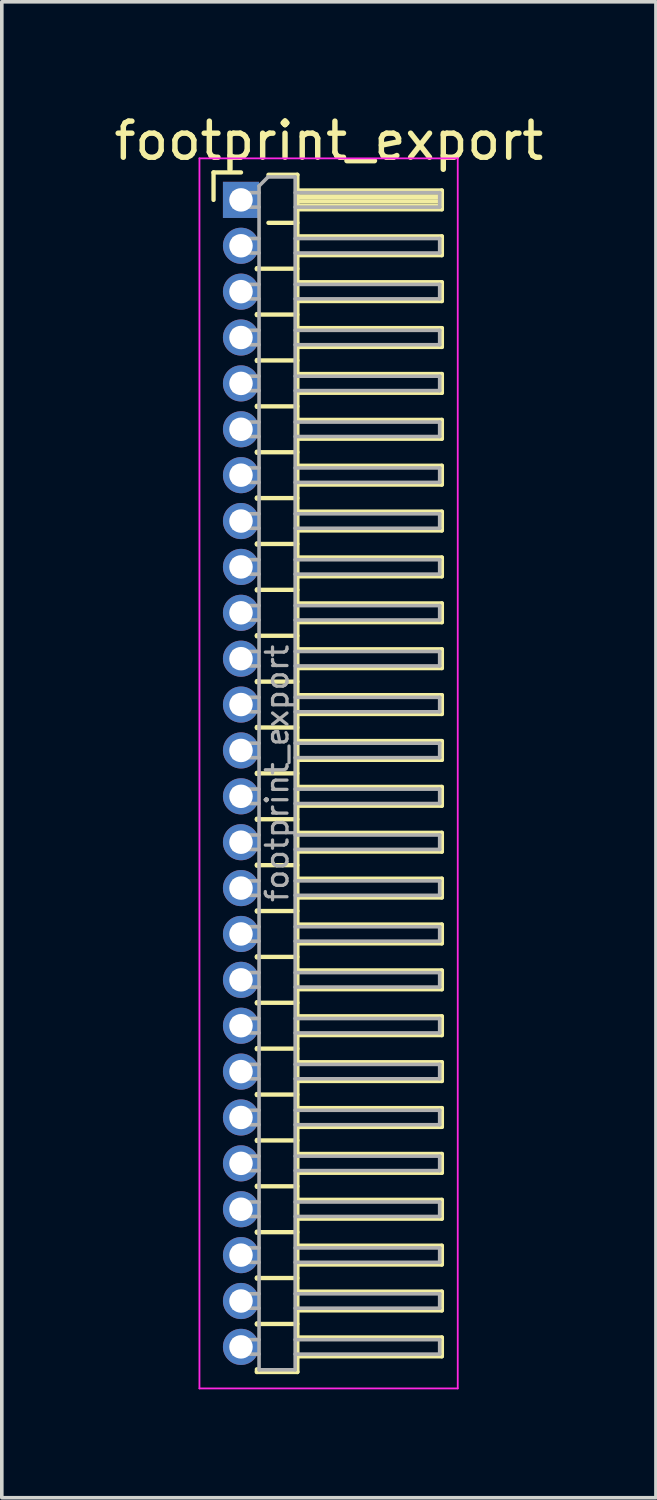
<source format=kicad_pcb>
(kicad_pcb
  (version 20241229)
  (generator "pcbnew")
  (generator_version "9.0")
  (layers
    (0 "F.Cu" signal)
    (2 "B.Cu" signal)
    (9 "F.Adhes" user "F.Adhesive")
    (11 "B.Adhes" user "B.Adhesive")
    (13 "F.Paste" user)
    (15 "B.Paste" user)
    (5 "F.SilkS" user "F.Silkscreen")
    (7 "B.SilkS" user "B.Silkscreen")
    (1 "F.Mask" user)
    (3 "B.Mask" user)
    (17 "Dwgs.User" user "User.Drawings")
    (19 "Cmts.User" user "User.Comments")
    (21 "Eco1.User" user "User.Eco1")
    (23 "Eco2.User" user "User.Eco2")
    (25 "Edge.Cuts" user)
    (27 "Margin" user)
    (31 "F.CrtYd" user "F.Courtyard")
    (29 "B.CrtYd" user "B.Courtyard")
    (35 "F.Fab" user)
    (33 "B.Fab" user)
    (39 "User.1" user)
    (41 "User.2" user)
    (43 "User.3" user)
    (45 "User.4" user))
  (footprint "footprint_export"
    (layer "F.Cu")
    (at 3.621 2.483)
    (property "Reference" "footprint_export" (at 2.433 -1.635 0) (layer "F.SilkS") (effects (font (size 1 1) (thickness 0.15))))
    (attr through_hole)
    (fp_line (start -0.76 -0.76) (end 0 -0.76) (stroke (width 0.12) (type solid)) (layer "F.SilkS"))
    (fp_line (start -0.76 0) (end -0.76 -0.76) (stroke (width 0.12) (type solid)) (layer "F.SilkS"))
    (fp_line (start 0.44 1.89) (end 0.44 1.92) (stroke (width 0.12) (type solid)) (layer "F.SilkS"))
    (fp_line (start 0.44 1.905) (end 1.56 1.905) (stroke (width 0.12) (type solid)) (layer "F.SilkS"))
    (fp_line (start 0.44 3.16) (end 0.44 3.19) (stroke (width 0.12) (type solid)) (layer "F.SilkS"))
    (fp_line (start 0.44 3.175) (end 1.56 3.175) (stroke (width 0.12) (type solid)) (layer "F.SilkS"))
    (fp_line (start 0.44 4.43) (end 0.44 4.46) (stroke (width 0.12) (type solid)) (layer "F.SilkS"))
    (fp_line (start 0.44 4.445) (end 1.56 4.445) (stroke (width 0.12) (type solid)) (layer "F.SilkS"))
    (fp_line (start 0.44 5.7) (end 0.44 5.73) (stroke (width 0.12) (type solid)) (layer "F.SilkS"))
    (fp_line (start 0.44 5.715) (end 1.56 5.715) (stroke (width 0.12) (type solid)) (layer "F.SilkS"))
    (fp_line (start 0.44 6.97) (end 0.44 7) (stroke (width 0.12) (type solid)) (layer "F.SilkS"))
    (fp_line (start 0.44 6.985) (end 1.56 6.985) (stroke (width 0.12) (type solid)) (layer "F.SilkS"))
    (fp_line (start 0.44 8.24) (end 0.44 8.27) (stroke (width 0.12) (type solid)) (layer "F.SilkS"))
    (fp_line (start 0.44 8.255) (end 1.56 8.255) (stroke (width 0.12) (type solid)) (layer "F.SilkS"))
    (fp_line (start 0.44 9.51) (end 0.44 9.54) (stroke (width 0.12) (type solid)) (layer "F.SilkS"))
    (fp_line (start 0.44 9.525) (end 1.56 9.525) (stroke (width 0.12) (type solid)) (layer "F.SilkS"))
    (fp_line (start 0.44 10.78) (end 0.44 10.81) (stroke (width 0.12) (type solid)) (layer "F.SilkS"))
    (fp_line (start 0.44 10.795) (end 1.56 10.795) (stroke (width 0.12) (type solid)) (layer "F.SilkS"))
    (fp_line (start 0.44 12.05) (end 0.44 12.08) (stroke (width 0.12) (type solid)) (layer "F.SilkS"))
    (fp_line (start 0.44 12.065) (end 1.56 12.065) (stroke (width 0.12) (type solid)) (layer "F.SilkS"))
    (fp_line (start 0.44 13.32) (end 0.44 13.35) (stroke (width 0.12) (type solid)) (layer "F.SilkS"))
    (fp_line (start 0.44 13.335) (end 1.56 13.335) (stroke (width 0.12) (type solid)) (layer "F.SilkS"))
    (fp_line (start 0.44 14.59) (end 0.44 14.62) (stroke (width 0.12) (type solid)) (layer "F.SilkS"))
    (fp_line (start 0.44 14.605) (end 1.56 14.605) (stroke (width 0.12) (type solid)) (layer "F.SilkS"))
    (fp_line (start 0.44 15.86) (end 0.44 15.89) (stroke (width 0.12) (type solid)) (layer "F.SilkS"))
    (fp_line (start 0.44 15.875) (end 1.56 15.875) (stroke (width 0.12) (type solid)) (layer "F.SilkS"))
    (fp_line (start 0.44 17.13) (end 0.44 17.16) (stroke (width 0.12) (type solid)) (layer "F.SilkS"))
    (fp_line (start 0.44 17.145) (end 1.56 17.145) (stroke (width 0.12) (type solid)) (layer "F.SilkS"))
    (fp_line (start 0.44 18.4) (end 0.44 18.43) (stroke (width 0.12) (type solid)) (layer "F.SilkS"))
    (fp_line (start 0.44 18.415) (end 1.56 18.415) (stroke (width 0.12) (type solid)) (layer "F.SilkS"))
    (fp_line (start 0.44 19.67) (end 0.44 19.7) (stroke (width 0.12) (type solid)) (layer "F.SilkS"))
    (fp_line (start 0.44 19.685) (end 1.56 19.685) (stroke (width 0.12) (type solid)) (layer "F.SilkS"))
    (fp_line (start 0.44 20.94) (end 0.44 20.97) (stroke (width 0.12) (type solid)) (layer "F.SilkS"))
    (fp_line (start 0.44 20.955) (end 1.56 20.955) (stroke (width 0.12) (type solid)) (layer "F.SilkS"))
    (fp_line (start 0.44 22.21) (end 0.44 22.24) (stroke (width 0.12) (type solid)) (layer "F.SilkS"))
    (fp_line (start 0.44 22.225) (end 1.56 22.225) (stroke (width 0.12) (type solid)) (layer "F.SilkS"))
    (fp_line (start 0.44 23.48) (end 0.44 23.51) (stroke (width 0.12) (type solid)) (layer "F.SilkS"))
    (fp_line (start 0.44 23.495) (end 1.56 23.495) (stroke (width 0.12) (type solid)) (layer "F.SilkS"))
    (fp_line (start 0.44 24.75) (end 0.44 24.78) (stroke (width 0.12) (type solid)) (layer "F.SilkS"))
    (fp_line (start 0.44 24.765) (end 1.56 24.765) (stroke (width 0.12) (type solid)) (layer "F.SilkS"))
    (fp_line (start 0.44 26.02) (end 0.44 26.05) (stroke (width 0.12) (type solid)) (layer "F.SilkS"))
    (fp_line (start 0.44 26.035) (end 1.56 26.035) (stroke (width 0.12) (type solid)) (layer "F.SilkS"))
    (fp_line (start 0.44 27.29) (end 0.44 27.32) (stroke (width 0.12) (type solid)) (layer "F.SilkS"))
    (fp_line (start 0.44 27.305) (end 1.56 27.305) (stroke (width 0.12) (type solid)) (layer "F.SilkS"))
    (fp_line (start 0.44 28.56) (end 0.44 28.59) (stroke (width 0.12) (type solid)) (layer "F.SilkS"))
    (fp_line (start 0.44 28.575) (end 1.56 28.575) (stroke (width 0.12) (type solid)) (layer "F.SilkS"))
    (fp_line (start 0.44 29.83) (end 0.44 29.86) (stroke (width 0.12) (type solid)) (layer "F.SilkS"))
    (fp_line (start 0.44 29.845) (end 1.56 29.845) (stroke (width 0.12) (type solid)) (layer "F.SilkS"))
    (fp_line (start 0.44 31.1) (end 0.44 31.13) (stroke (width 0.12) (type solid)) (layer "F.SilkS"))
    (fp_line (start 0.44 31.115) (end 1.56 31.115) (stroke (width 0.12) (type solid)) (layer "F.SilkS"))
    (fp_line (start 0.44 32.445) (end 0.44 32.37) (stroke (width 0.12) (type solid)) (layer "F.SilkS"))
    (fp_line (start 0.76 -0.695) (end 1.56 -0.695) (stroke (width 0.12) (type solid)) (layer "F.SilkS"))
    (fp_line (start 0.76 0.635) (end 1.56 0.635) (stroke (width 0.12) (type solid)) (layer "F.SilkS"))
    (fp_line (start 1.56 -0.695) (end 1.56 32.445) (stroke (width 0.12) (type solid)) (layer "F.SilkS"))
    (fp_line (start 1.56 -0.26) (end 5.56 -0.26) (stroke (width 0.12) (type solid)) (layer "F.SilkS"))
    (fp_line (start 1.56 -0.2) (end 5.56 -0.2) (stroke (width 0.12) (type solid)) (layer "F.SilkS"))
    (fp_line (start 1.56 -0.08) (end 5.56 -0.08) (stroke (width 0.12) (type solid)) (layer "F.SilkS"))
    (fp_line (start 1.56 0.04) (end 5.56 0.04) (stroke (width 0.12) (type solid)) (layer "F.SilkS"))
    (fp_line (start 1.56 0.16) (end 5.56 0.16) (stroke (width 0.12) (type solid)) (layer "F.SilkS"))
    (fp_line (start 1.56 1.01) (end 5.56 1.01) (stroke (width 0.12) (type solid)) (layer "F.SilkS"))
    (fp_line (start 1.56 2.28) (end 5.56 2.28) (stroke (width 0.12) (type solid)) (layer "F.SilkS"))
    (fp_line (start 1.56 3.55) (end 5.56 3.55) (stroke (width 0.12) (type solid)) (layer "F.SilkS"))
    (fp_line (start 1.56 4.82) (end 5.56 4.82) (stroke (width 0.12) (type solid)) (layer "F.SilkS"))
    (fp_line (start 1.56 6.09) (end 5.56 6.09) (stroke (width 0.12) (type solid)) (layer "F.SilkS"))
    (fp_line (start 1.56 7.36) (end 5.56 7.36) (stroke (width 0.12) (type solid)) (layer "F.SilkS"))
    (fp_line (start 1.56 8.63) (end 5.56 8.63) (stroke (width 0.12) (type solid)) (layer "F.SilkS"))
    (fp_line (start 1.56 9.9) (end 5.56 9.9) (stroke (width 0.12) (type solid)) (layer "F.SilkS"))
    (fp_line (start 1.56 11.17) (end 5.56 11.17) (stroke (width 0.12) (type solid)) (layer "F.SilkS"))
    (fp_line (start 1.56 12.44) (end 5.56 12.44) (stroke (width 0.12) (type solid)) (layer "F.SilkS"))
    (fp_line (start 1.56 13.71) (end 5.56 13.71) (stroke (width 0.12) (type solid)) (layer "F.SilkS"))
    (fp_line (start 1.56 14.98) (end 5.56 14.98) (stroke (width 0.12) (type solid)) (layer "F.SilkS"))
    (fp_line (start 1.56 16.25) (end 5.56 16.25) (stroke (width 0.12) (type solid)) (layer "F.SilkS"))
    (fp_line (start 1.56 17.52) (end 5.56 17.52) (stroke (width 0.12) (type solid)) (layer "F.SilkS"))
    (fp_line (start 1.56 18.79) (end 5.56 18.79) (stroke (width 0.12) (type solid)) (layer "F.SilkS"))
    (fp_line (start 1.56 20.06) (end 5.56 20.06) (stroke (width 0.12) (type solid)) (layer "F.SilkS"))
    (fp_line (start 1.56 21.33) (end 5.56 21.33) (stroke (width 0.12) (type solid)) (layer "F.SilkS"))
    (fp_line (start 1.56 22.6) (end 5.56 22.6) (stroke (width 0.12) (type solid)) (layer "F.SilkS"))
    (fp_line (start 1.56 23.87) (end 5.56 23.87) (stroke (width 0.12) (type solid)) (layer "F.SilkS"))
    (fp_line (start 1.56 25.14) (end 5.56 25.14) (stroke (width 0.12) (type solid)) (layer "F.SilkS"))
    (fp_line (start 1.56 26.41) (end 5.56 26.41) (stroke (width 0.12) (type solid)) (layer "F.SilkS"))
    (fp_line (start 1.56 27.68) (end 5.56 27.68) (stroke (width 0.12) (type solid)) (layer "F.SilkS"))
    (fp_line (start 1.56 28.95) (end 5.56 28.95) (stroke (width 0.12) (type solid)) (layer "F.SilkS"))
    (fp_line (start 1.56 30.22) (end 5.56 30.22) (stroke (width 0.12) (type solid)) (layer "F.SilkS"))
    (fp_line (start 1.56 31.49) (end 5.56 31.49) (stroke (width 0.12) (type solid)) (layer "F.SilkS"))
    (fp_line (start 1.56 32.445) (end 0.44 32.445) (stroke (width 0.12) (type solid)) (layer "F.SilkS"))
    (fp_line (start 5.56 -0.26) (end 5.56 0.26) (stroke (width 0.12) (type solid)) (layer "F.SilkS"))
    (fp_line (start 5.56 0.26) (end 1.56 0.26) (stroke (width 0.12) (type solid)) (layer "F.SilkS"))
    (fp_line (start 5.56 1.01) (end 5.56 1.53) (stroke (width 0.12) (type solid)) (layer "F.SilkS"))
    (fp_line (start 5.56 1.53) (end 1.56 1.53) (stroke (width 0.12) (type solid)) (layer "F.SilkS"))
    (fp_line (start 5.56 2.28) (end 5.56 2.8) (stroke (width 0.12) (type solid)) (layer "F.SilkS"))
    (fp_line (start 5.56 2.8) (end 1.56 2.8) (stroke (width 0.12) (type solid)) (layer "F.SilkS"))
    (fp_line (start 5.56 3.55) (end 5.56 4.07) (stroke (width 0.12) (type solid)) (layer "F.SilkS"))
    (fp_line (start 5.56 4.07) (end 1.56 4.07) (stroke (width 0.12) (type solid)) (layer "F.SilkS"))
    (fp_line (start 5.56 4.82) (end 5.56 5.34) (stroke (width 0.12) (type solid)) (layer "F.SilkS"))
    (fp_line (start 5.56 5.34) (end 1.56 5.34) (stroke (width 0.12) (type solid)) (layer "F.SilkS"))
    (fp_line (start 5.56 6.09) (end 5.56 6.61) (stroke (width 0.12) (type solid)) (layer "F.SilkS"))
    (fp_line (start 5.56 6.61) (end 1.56 6.61) (stroke (width 0.12) (type solid)) (layer "F.SilkS"))
    (fp_line (start 5.56 7.36) (end 5.56 7.88) (stroke (width 0.12) (type solid)) (layer "F.SilkS"))
    (fp_line (start 5.56 7.88) (end 1.56 7.88) (stroke (width 0.12) (type solid)) (layer "F.SilkS"))
    (fp_line (start 5.56 8.63) (end 5.56 9.15) (stroke (width 0.12) (type solid)) (layer "F.SilkS"))
    (fp_line (start 5.56 9.15) (end 1.56 9.15) (stroke (width 0.12) (type solid)) (layer "F.SilkS"))
    (fp_line (start 5.56 9.9) (end 5.56 10.42) (stroke (width 0.12) (type solid)) (layer "F.SilkS"))
    (fp_line (start 5.56 10.42) (end 1.56 10.42) (stroke (width 0.12) (type solid)) (layer "F.SilkS"))
    (fp_line (start 5.56 11.17) (end 5.56 11.69) (stroke (width 0.12) (type solid)) (layer "F.SilkS"))
    (fp_line (start 5.56 11.69) (end 1.56 11.69) (stroke (width 0.12) (type solid)) (layer "F.SilkS"))
    (fp_line (start 5.56 12.44) (end 5.56 12.96) (stroke (width 0.12) (type solid)) (layer "F.SilkS"))
    (fp_line (start 5.56 12.96) (end 1.56 12.96) (stroke (width 0.12) (type solid)) (layer "F.SilkS"))
    (fp_line (start 5.56 13.71) (end 5.56 14.23) (stroke (width 0.12) (type solid)) (layer "F.SilkS"))
    (fp_line (start 5.56 14.23) (end 1.56 14.23) (stroke (width 0.12) (type solid)) (layer "F.SilkS"))
    (fp_line (start 5.56 14.98) (end 5.56 15.5) (stroke (width 0.12) (type solid)) (layer "F.SilkS"))
    (fp_line (start 5.56 15.5) (end 1.56 15.5) (stroke (width 0.12) (type solid)) (layer "F.SilkS"))
    (fp_line (start 5.56 16.25) (end 5.56 16.77) (stroke (width 0.12) (type solid)) (layer "F.SilkS"))
    (fp_line (start 5.56 16.77) (end 1.56 16.77) (stroke (width 0.12) (type solid)) (layer "F.SilkS"))
    (fp_line (start 5.56 17.52) (end 5.56 18.04) (stroke (width 0.12) (type solid)) (layer "F.SilkS"))
    (fp_line (start 5.56 18.04) (end 1.56 18.04) (stroke (width 0.12) (type solid)) (layer "F.SilkS"))
    (fp_line (start 5.56 18.79) (end 5.56 19.31) (stroke (width 0.12) (type solid)) (layer "F.SilkS"))
    (fp_line (start 5.56 19.31) (end 1.56 19.31) (stroke (width 0.12) (type solid)) (layer "F.SilkS"))
    (fp_line (start 5.56 20.06) (end 5.56 20.58) (stroke (width 0.12) (type solid)) (layer "F.SilkS"))
    (fp_line (start 5.56 20.58) (end 1.56 20.58) (stroke (width 0.12) (type solid)) (layer "F.SilkS"))
    (fp_line (start 5.56 21.33) (end 5.56 21.85) (stroke (width 0.12) (type solid)) (layer "F.SilkS"))
    (fp_line (start 5.56 21.85) (end 1.56 21.85) (stroke (width 0.12) (type solid)) (layer "F.SilkS"))
    (fp_line (start 5.56 22.6) (end 5.56 23.12) (stroke (width 0.12) (type solid)) (layer "F.SilkS"))
    (fp_line (start 5.56 23.12) (end 1.56 23.12) (stroke (width 0.12) (type solid)) (layer "F.SilkS"))
    (fp_line (start 5.56 23.87) (end 5.56 24.39) (stroke (width 0.12) (type solid)) (layer "F.SilkS"))
    (fp_line (start 5.56 24.39) (end 1.56 24.39) (stroke (width 0.12) (type solid)) (layer "F.SilkS"))
    (fp_line (start 5.56 25.14) (end 5.56 25.66) (stroke (width 0.12) (type solid)) (layer "F.SilkS"))
    (fp_line (start 5.56 25.66) (end 1.56 25.66) (stroke (width 0.12) (type solid)) (layer "F.SilkS"))
    (fp_line (start 5.56 26.41) (end 5.56 26.93) (stroke (width 0.12) (type solid)) (layer "F.SilkS"))
    (fp_line (start 5.56 26.93) (end 1.56 26.93) (stroke (width 0.12) (type solid)) (layer "F.SilkS"))
    (fp_line (start 5.56 27.68) (end 5.56 28.2) (stroke (width 0.12) (type solid)) (layer "F.SilkS"))
    (fp_line (start 5.56 28.2) (end 1.56 28.2) (stroke (width 0.12) (type solid)) (layer "F.SilkS"))
    (fp_line (start 5.56 28.95) (end 5.56 29.47) (stroke (width 0.12) (type solid)) (layer "F.SilkS"))
    (fp_line (start 5.56 29.47) (end 1.56 29.47) (stroke (width 0.12) (type solid)) (layer "F.SilkS"))
    (fp_line (start 5.56 30.22) (end 5.56 30.74) (stroke (width 0.12) (type solid)) (layer "F.SilkS"))
    (fp_line (start 5.56 30.74) (end 1.56 30.74) (stroke (width 0.12) (type solid)) (layer "F.SilkS"))
    (fp_line (start 5.56 31.49) (end 5.56 32.01) (stroke (width 0.12) (type solid)) (layer "F.SilkS"))
    (fp_line (start 5.56 32.01) (end 1.56 32.01) (stroke (width 0.12) (type solid)) (layer "F.SilkS"))
    (fp_line (start -1.15 -1.15) (end -1.15 32.9) (stroke (width 0.05) (type solid)) (layer "F.CrtYd"))
    (fp_line (start -1.15 32.9) (end 6 32.9) (stroke (width 0.05) (type solid)) (layer "F.CrtYd"))
    (fp_line (start 6 -1.15) (end -1.15 -1.15) (stroke (width 0.05) (type solid)) (layer "F.CrtYd"))
    (fp_line (start 6 32.9) (end 6 -1.15) (stroke (width 0.05) (type solid)) (layer "F.CrtYd"))
    (fp_line (start -0.2 -0.2) (end -0.2 0.2) (stroke (width 0.1) (type solid)) (layer "F.Fab"))
    (fp_line (start -0.2 -0.2) (end 0.5 -0.2) (stroke (width 0.1) (type solid)) (layer "F.Fab"))
    (fp_line (start -0.2 0.2) (end 0.5 0.2) (stroke (width 0.1) (type solid)) (layer "F.Fab"))
    (fp_line (start -0.2 1.07) (end -0.2 1.47) (stroke (width 0.1) (type solid)) (layer "F.Fab"))
    (fp_line (start -0.2 1.07) (end 0.5 1.07) (stroke (width 0.1) (type solid)) (layer "F.Fab"))
    (fp_line (start -0.2 1.47) (end 0.5 1.47) (stroke (width 0.1) (type solid)) (layer "F.Fab"))
    (fp_line (start -0.2 2.34) (end -0.2 2.74) (stroke (width 0.1) (type solid)) (layer "F.Fab"))
    (fp_line (start -0.2 2.34) (end 0.5 2.34) (stroke (width 0.1) (type solid)) (layer "F.Fab"))
    (fp_line (start -0.2 2.74) (end 0.5 2.74) (stroke (width 0.1) (type solid)) (layer "F.Fab"))
    (fp_line (start -0.2 3.61) (end -0.2 4.01) (stroke (width 0.1) (type solid)) (layer "F.Fab"))
    (fp_line (start -0.2 3.61) (end 0.5 3.61) (stroke (width 0.1) (type solid)) (layer "F.Fab"))
    (fp_line (start -0.2 4.01) (end 0.5 4.01) (stroke (width 0.1) (type solid)) (layer "F.Fab"))
    (fp_line (start -0.2 4.88) (end -0.2 5.28) (stroke (width 0.1) (type solid)) (layer "F.Fab"))
    (fp_line (start -0.2 4.88) (end 0.5 4.88) (stroke (width 0.1) (type solid)) (layer "F.Fab"))
    (fp_line (start -0.2 5.28) (end 0.5 5.28) (stroke (width 0.1) (type solid)) (layer "F.Fab"))
    (fp_line (start -0.2 6.15) (end -0.2 6.55) (stroke (width 0.1) (type solid)) (layer "F.Fab"))
    (fp_line (start -0.2 6.15) (end 0.5 6.15) (stroke (width 0.1) (type solid)) (layer "F.Fab"))
    (fp_line (start -0.2 6.55) (end 0.5 6.55) (stroke (width 0.1) (type solid)) (layer "F.Fab"))
    (fp_line (start -0.2 7.42) (end -0.2 7.82) (stroke (width 0.1) (type solid)) (layer "F.Fab"))
    (fp_line (start -0.2 7.42) (end 0.5 7.42) (stroke (width 0.1) (type solid)) (layer "F.Fab"))
    (fp_line (start -0.2 7.82) (end 0.5 7.82) (stroke (width 0.1) (type solid)) (layer "F.Fab"))
    (fp_line (start -0.2 8.69) (end -0.2 9.09) (stroke (width 0.1) (type solid)) (layer "F.Fab"))
    (fp_line (start -0.2 8.69) (end 0.5 8.69) (stroke (width 0.1) (type solid)) (layer "F.Fab"))
    (fp_line (start -0.2 9.09) (end 0.5 9.09) (stroke (width 0.1) (type solid)) (layer "F.Fab"))
    (fp_line (start -0.2 9.96) (end -0.2 10.36) (stroke (width 0.1) (type solid)) (layer "F.Fab"))
    (fp_line (start -0.2 9.96) (end 0.5 9.96) (stroke (width 0.1) (type solid)) (layer "F.Fab"))
    (fp_line (start -0.2 10.36) (end 0.5 10.36) (stroke (width 0.1) (type solid)) (layer "F.Fab"))
    (fp_line (start -0.2 11.23) (end -0.2 11.63) (stroke (width 0.1) (type solid)) (layer "F.Fab"))
    (fp_line (start -0.2 11.23) (end 0.5 11.23) (stroke (width 0.1) (type solid)) (layer "F.Fab"))
    (fp_line (start -0.2 11.63) (end 0.5 11.63) (stroke (width 0.1) (type solid)) (layer "F.Fab"))
    (fp_line (start -0.2 12.5) (end -0.2 12.9) (stroke (width 0.1) (type solid)) (layer "F.Fab"))
    (fp_line (start -0.2 12.5) (end 0.5 12.5) (stroke (width 0.1) (type solid)) (layer "F.Fab"))
    (fp_line (start -0.2 12.9) (end 0.5 12.9) (stroke (width 0.1) (type solid)) (layer "F.Fab"))
    (fp_line (start -0.2 13.77) (end -0.2 14.17) (stroke (width 0.1) (type solid)) (layer "F.Fab"))
    (fp_line (start -0.2 13.77) (end 0.5 13.77) (stroke (width 0.1) (type solid)) (layer "F.Fab"))
    (fp_line (start -0.2 14.17) (end 0.5 14.17) (stroke (width 0.1) (type solid)) (layer "F.Fab"))
    (fp_line (start -0.2 15.04) (end -0.2 15.44) (stroke (width 0.1) (type solid)) (layer "F.Fab"))
    (fp_line (start -0.2 15.04) (end 0.5 15.04) (stroke (width 0.1) (type solid)) (layer "F.Fab"))
    (fp_line (start -0.2 15.44) (end 0.5 15.44) (stroke (width 0.1) (type solid)) (layer "F.Fab"))
    (fp_line (start -0.2 16.31) (end -0.2 16.71) (stroke (width 0.1) (type solid)) (layer "F.Fab"))
    (fp_line (start -0.2 16.31) (end 0.5 16.31) (stroke (width 0.1) (type solid)) (layer "F.Fab"))
    (fp_line (start -0.2 16.71) (end 0.5 16.71) (stroke (width 0.1) (type solid)) (layer "F.Fab"))
    (fp_line (start -0.2 17.58) (end -0.2 17.98) (stroke (width 0.1) (type solid)) (layer "F.Fab"))
    (fp_line (start -0.2 17.58) (end 0.5 17.58) (stroke (width 0.1) (type solid)) (layer "F.Fab"))
    (fp_line (start -0.2 17.98) (end 0.5 17.98) (stroke (width 0.1) (type solid)) (layer "F.Fab"))
    (fp_line (start -0.2 18.85) (end -0.2 19.25) (stroke (width 0.1) (type solid)) (layer "F.Fab"))
    (fp_line (start -0.2 18.85) (end 0.5 18.85) (stroke (width 0.1) (type solid)) (layer "F.Fab"))
    (fp_line (start -0.2 19.25) (end 0.5 19.25) (stroke (width 0.1) (type solid)) (layer "F.Fab"))
    (fp_line (start -0.2 20.12) (end -0.2 20.52) (stroke (width 0.1) (type solid)) (layer "F.Fab"))
    (fp_line (start -0.2 20.12) (end 0.5 20.12) (stroke (width 0.1) (type solid)) (layer "F.Fab"))
    (fp_line (start -0.2 20.52) (end 0.5 20.52) (stroke (width 0.1) (type solid)) (layer "F.Fab"))
    (fp_line (start -0.2 21.39) (end -0.2 21.79) (stroke (width 0.1) (type solid)) (layer "F.Fab"))
    (fp_line (start -0.2 21.39) (end 0.5 21.39) (stroke (width 0.1) (type solid)) (layer "F.Fab"))
    (fp_line (start -0.2 21.79) (end 0.5 21.79) (stroke (width 0.1) (type solid)) (layer "F.Fab"))
    (fp_line (start -0.2 22.66) (end -0.2 23.06) (stroke (width 0.1) (type solid)) (layer "F.Fab"))
    (fp_line (start -0.2 22.66) (end 0.5 22.66) (stroke (width 0.1) (type solid)) (layer "F.Fab"))
    (fp_line (start -0.2 23.06) (end 0.5 23.06) (stroke (width 0.1) (type solid)) (layer "F.Fab"))
    (fp_line (start -0.2 23.93) (end -0.2 24.33) (stroke (width 0.1) (type solid)) (layer "F.Fab"))
    (fp_line (start -0.2 23.93) (end 0.5 23.93) (stroke (width 0.1) (type solid)) (layer "F.Fab"))
    (fp_line (start -0.2 24.33) (end 0.5 24.33) (stroke (width 0.1) (type solid)) (layer "F.Fab"))
    (fp_line (start -0.2 25.2) (end -0.2 25.6) (stroke (width 0.1) (type solid)) (layer "F.Fab"))
    (fp_line (start -0.2 25.2) (end 0.5 25.2) (stroke (width 0.1) (type solid)) (layer "F.Fab"))
    (fp_line (start -0.2 25.6) (end 0.5 25.6) (stroke (width 0.1) (type solid)) (layer "F.Fab"))
    (fp_line (start -0.2 26.47) (end -0.2 26.87) (stroke (width 0.1) (type solid)) (layer "F.Fab"))
    (fp_line (start -0.2 26.47) (end 0.5 26.47) (stroke (width 0.1) (type solid)) (layer "F.Fab"))
    (fp_line (start -0.2 26.87) (end 0.5 26.87) (stroke (width 0.1) (type solid)) (layer "F.Fab"))
    (fp_line (start -0.2 27.74) (end -0.2 28.14) (stroke (width 0.1) (type solid)) (layer "F.Fab"))
    (fp_line (start -0.2 27.74) (end 0.5 27.74) (stroke (width 0.1) (type solid)) (layer "F.Fab"))
    (fp_line (start -0.2 28.14) (end 0.5 28.14) (stroke (width 0.1) (type solid)) (layer "F.Fab"))
    (fp_line (start -0.2 29.01) (end -0.2 29.41) (stroke (width 0.1) (type solid)) (layer "F.Fab"))
    (fp_line (start -0.2 29.01) (end 0.5 29.01) (stroke (width 0.1) (type solid)) (layer "F.Fab"))
    (fp_line (start -0.2 29.41) (end 0.5 29.41) (stroke (width 0.1) (type solid)) (layer "F.Fab"))
    (fp_line (start -0.2 30.28) (end -0.2 30.68) (stroke (width 0.1) (type solid)) (layer "F.Fab"))
    (fp_line (start -0.2 30.28) (end 0.5 30.28) (stroke (width 0.1) (type solid)) (layer "F.Fab"))
    (fp_line (start -0.2 30.68) (end 0.5 30.68) (stroke (width 0.1) (type solid)) (layer "F.Fab"))
    (fp_line (start -0.2 31.55) (end -0.2 31.95) (stroke (width 0.1) (type solid)) (layer "F.Fab"))
    (fp_line (start -0.2 31.55) (end 0.5 31.55) (stroke (width 0.1) (type solid)) (layer "F.Fab"))
    (fp_line (start -0.2 31.95) (end 0.5 31.95) (stroke (width 0.1) (type solid)) (layer "F.Fab"))
    (fp_line (start 0.5 -0.385) (end 0.75 -0.635) (stroke (width 0.1) (type solid)) (layer "F.Fab"))
    (fp_line (start 0.5 32.385) (end 0.5 -0.385) (stroke (width 0.1) (type solid)) (layer "F.Fab"))
    (fp_line (start 0.75 -0.635) (end 1.5 -0.635) (stroke (width 0.1) (type solid)) (layer "F.Fab"))
    (fp_line (start 1.5 -0.635) (end 1.5 32.385) (stroke (width 0.1) (type solid)) (layer "F.Fab"))
    (fp_line (start 1.5 -0.2) (end 5.5 -0.2) (stroke (width 0.1) (type solid)) (layer "F.Fab"))
    (fp_line (start 1.5 0.2) (end 5.5 0.2) (stroke (width 0.1) (type solid)) (layer "F.Fab"))
    (fp_line (start 1.5 1.07) (end 5.5 1.07) (stroke (width 0.1) (type solid)) (layer "F.Fab"))
    (fp_line (start 1.5 1.47) (end 5.5 1.47) (stroke (width 0.1) (type solid)) (layer "F.Fab"))
    (fp_line (start 1.5 2.34) (end 5.5 2.34) (stroke (width 0.1) (type solid)) (layer "F.Fab"))
    (fp_line (start 1.5 2.74) (end 5.5 2.74) (stroke (width 0.1) (type solid)) (layer "F.Fab"))
    (fp_line (start 1.5 3.61) (end 5.5 3.61) (stroke (width 0.1) (type solid)) (layer "F.Fab"))
    (fp_line (start 1.5 4.01) (end 5.5 4.01) (stroke (width 0.1) (type solid)) (layer "F.Fab"))
    (fp_line (start 1.5 4.88) (end 5.5 4.88) (stroke (width 0.1) (type solid)) (layer "F.Fab"))
    (fp_line (start 1.5 5.28) (end 5.5 5.28) (stroke (width 0.1) (type solid)) (layer "F.Fab"))
    (fp_line (start 1.5 6.15) (end 5.5 6.15) (stroke (width 0.1) (type solid)) (layer "F.Fab"))
    (fp_line (start 1.5 6.55) (end 5.5 6.55) (stroke (width 0.1) (type solid)) (layer "F.Fab"))
    (fp_line (start 1.5 7.42) (end 5.5 7.42) (stroke (width 0.1) (type solid)) (layer "F.Fab"))
    (fp_line (start 1.5 7.82) (end 5.5 7.82) (stroke (width 0.1) (type solid)) (layer "F.Fab"))
    (fp_line (start 1.5 8.69) (end 5.5 8.69) (stroke (width 0.1) (type solid)) (layer "F.Fab"))
    (fp_line (start 1.5 9.09) (end 5.5 9.09) (stroke (width 0.1) (type solid)) (layer "F.Fab"))
    (fp_line (start 1.5 9.96) (end 5.5 9.96) (stroke (width 0.1) (type solid)) (layer "F.Fab"))
    (fp_line (start 1.5 10.36) (end 5.5 10.36) (stroke (width 0.1) (type solid)) (layer "F.Fab"))
    (fp_line (start 1.5 11.23) (end 5.5 11.23) (stroke (width 0.1) (type solid)) (layer "F.Fab"))
    (fp_line (start 1.5 11.63) (end 5.5 11.63) (stroke (width 0.1) (type solid)) (layer "F.Fab"))
    (fp_line (start 1.5 12.5) (end 5.5 12.5) (stroke (width 0.1) (type solid)) (layer "F.Fab"))
    (fp_line (start 1.5 12.9) (end 5.5 12.9) (stroke (width 0.1) (type solid)) (layer "F.Fab"))
    (fp_line (start 1.5 13.77) (end 5.5 13.77) (stroke (width 0.1) (type solid)) (layer "F.Fab"))
    (fp_line (start 1.5 14.17) (end 5.5 14.17) (stroke (width 0.1) (type solid)) (layer "F.Fab"))
    (fp_line (start 1.5 15.04) (end 5.5 15.04) (stroke (width 0.1) (type solid)) (layer "F.Fab"))
    (fp_line (start 1.5 15.44) (end 5.5 15.44) (stroke (width 0.1) (type solid)) (layer "F.Fab"))
    (fp_line (start 1.5 16.31) (end 5.5 16.31) (stroke (width 0.1) (type solid)) (layer "F.Fab"))
    (fp_line (start 1.5 16.71) (end 5.5 16.71) (stroke (width 0.1) (type solid)) (layer "F.Fab"))
    (fp_line (start 1.5 17.58) (end 5.5 17.58) (stroke (width 0.1) (type solid)) (layer "F.Fab"))
    (fp_line (start 1.5 17.98) (end 5.5 17.98) (stroke (width 0.1) (type solid)) (layer "F.Fab"))
    (fp_line (start 1.5 18.85) (end 5.5 18.85) (stroke (width 0.1) (type solid)) (layer "F.Fab"))
    (fp_line (start 1.5 19.25) (end 5.5 19.25) (stroke (width 0.1) (type solid)) (layer "F.Fab"))
    (fp_line (start 1.5 20.12) (end 5.5 20.12) (stroke (width 0.1) (type solid)) (layer "F.Fab"))
    (fp_line (start 1.5 20.52) (end 5.5 20.52) (stroke (width 0.1) (type solid)) (layer "F.Fab"))
    (fp_line (start 1.5 21.39) (end 5.5 21.39) (stroke (width 0.1) (type solid)) (layer "F.Fab"))
    (fp_line (start 1.5 21.79) (end 5.5 21.79) (stroke (width 0.1) (type solid)) (layer "F.Fab"))
    (fp_line (start 1.5 22.66) (end 5.5 22.66) (stroke (width 0.1) (type solid)) (layer "F.Fab"))
    (fp_line (start 1.5 23.06) (end 5.5 23.06) (stroke (width 0.1) (type solid)) (layer "F.Fab"))
    (fp_line (start 1.5 23.93) (end 5.5 23.93) (stroke (width 0.1) (type solid)) (layer "F.Fab"))
    (fp_line (start 1.5 24.33) (end 5.5 24.33) (stroke (width 0.1) (type solid)) (layer "F.Fab"))
    (fp_line (start 1.5 25.2) (end 5.5 25.2) (stroke (width 0.1) (type solid)) (layer "F.Fab"))
    (fp_line (start 1.5 25.6) (end 5.5 25.6) (stroke (width 0.1) (type solid)) (layer "F.Fab"))
    (fp_line (start 1.5 26.47) (end 5.5 26.47) (stroke (width 0.1) (type solid)) (layer "F.Fab"))
    (fp_line (start 1.5 26.87) (end 5.5 26.87) (stroke (width 0.1) (type solid)) (layer "F.Fab"))
    (fp_line (start 1.5 27.74) (end 5.5 27.74) (stroke (width 0.1) (type solid)) (layer "F.Fab"))
    (fp_line (start 1.5 28.14) (end 5.5 28.14) (stroke (width 0.1) (type solid)) (layer "F.Fab"))
    (fp_line (start 1.5 29.01) (end 5.5 29.01) (stroke (width 0.1) (type solid)) (layer "F.Fab"))
    (fp_line (start 1.5 29.41) (end 5.5 29.41) (stroke (width 0.1) (type solid)) (layer "F.Fab"))
    (fp_line (start 1.5 30.28) (end 5.5 30.28) (stroke (width 0.1) (type solid)) (layer "F.Fab"))
    (fp_line (start 1.5 30.68) (end 5.5 30.68) (stroke (width 0.1) (type solid)) (layer "F.Fab"))
    (fp_line (start 1.5 31.55) (end 5.5 31.55) (stroke (width 0.1) (type solid)) (layer "F.Fab"))
    (fp_line (start 1.5 31.95) (end 5.5 31.95) (stroke (width 0.1) (type solid)) (layer "F.Fab"))
    (fp_line (start 1.5 32.385) (end 0.5 32.385) (stroke (width 0.1) (type solid)) (layer "F.Fab"))
    (fp_line (start 5.5 -0.2) (end 5.5 0.2) (stroke (width 0.1) (type solid)) (layer "F.Fab"))
    (fp_line (start 5.5 1.07) (end 5.5 1.47) (stroke (width 0.1) (type solid)) (layer "F.Fab"))
    (fp_line (start 5.5 2.34) (end 5.5 2.74) (stroke (width 0.1) (type solid)) (layer "F.Fab"))
    (fp_line (start 5.5 3.61) (end 5.5 4.01) (stroke (width 0.1) (type solid)) (layer "F.Fab"))
    (fp_line (start 5.5 4.88) (end 5.5 5.28) (stroke (width 0.1) (type solid)) (layer "F.Fab"))
    (fp_line (start 5.5 6.15) (end 5.5 6.55) (stroke (width 0.1) (type solid)) (layer "F.Fab"))
    (fp_line (start 5.5 7.42) (end 5.5 7.82) (stroke (width 0.1) (type solid)) (layer "F.Fab"))
    (fp_line (start 5.5 8.69) (end 5.5 9.09) (stroke (width 0.1) (type solid)) (layer "F.Fab"))
    (fp_line (start 5.5 9.96) (end 5.5 10.36) (stroke (width 0.1) (type solid)) (layer "F.Fab"))
    (fp_line (start 5.5 11.23) (end 5.5 11.63) (stroke (width 0.1) (type solid)) (layer "F.Fab"))
    (fp_line (start 5.5 12.5) (end 5.5 12.9) (stroke (width 0.1) (type solid)) (layer "F.Fab"))
    (fp_line (start 5.5 13.77) (end 5.5 14.17) (stroke (width 0.1) (type solid)) (layer "F.Fab"))
    (fp_line (start 5.5 15.04) (end 5.5 15.44) (stroke (width 0.1) (type solid)) (layer "F.Fab"))
    (fp_line (start 5.5 16.31) (end 5.5 16.71) (stroke (width 0.1) (type solid)) (layer "F.Fab"))
    (fp_line (start 5.5 17.58) (end 5.5 17.98) (stroke (width 0.1) (type solid)) (layer "F.Fab"))
    (fp_line (start 5.5 18.85) (end 5.5 19.25) (stroke (width 0.1) (type solid)) (layer "F.Fab"))
    (fp_line (start 5.5 20.12) (end 5.5 20.52) (stroke (width 0.1) (type solid)) (layer "F.Fab"))
    (fp_line (start 5.5 21.39) (end 5.5 21.79) (stroke (width 0.1) (type solid)) (layer "F.Fab"))
    (fp_line (start 5.5 22.66) (end 5.5 23.06) (stroke (width 0.1) (type solid)) (layer "F.Fab"))
    (fp_line (start 5.5 23.93) (end 5.5 24.33) (stroke (width 0.1) (type solid)) (layer "F.Fab"))
    (fp_line (start 5.5 25.2) (end 5.5 25.6) (stroke (width 0.1) (type solid)) (layer "F.Fab"))
    (fp_line (start 5.5 26.47) (end 5.5 26.87) (stroke (width 0.1) (type solid)) (layer "F.Fab"))
    (fp_line (start 5.5 27.74) (end 5.5 28.14) (stroke (width 0.1) (type solid)) (layer "F.Fab"))
    (fp_line (start 5.5 29.01) (end 5.5 29.41) (stroke (width 0.1) (type solid)) (layer "F.Fab"))
    (fp_line (start 5.5 30.28) (end 5.5 30.68) (stroke (width 0.1) (type solid)) (layer "F.Fab"))
    (fp_line (start 5.5 31.55) (end 5.5 31.95) (stroke (width 0.1) (type solid)) (layer "F.Fab"))
    (fp_text user "${REFERENCE}" (at 1 15.875 90) (layer "F.Fab") (effects (font (size 0.6 0.6) (thickness 0.09))))
    (pad "1" thru_hole rect (at 0 0) (size 1 1) (drill 0.65) (layers "*.Cu" "*.Mask"))
    (pad "2" thru_hole oval (at 0 1.27) (size 1 1) (drill 0.65) (layers "*.Cu" "*.Mask"))
    (pad "3" thru_hole oval (at 0 2.54) (size 1 1) (drill 0.65) (layers "*.Cu" "*.Mask"))
    (pad "4" thru_hole oval (at 0 3.81) (size 1 1) (drill 0.65) (layers "*.Cu" "*.Mask"))
    (pad "5" thru_hole oval (at 0 5.08) (size 1 1) (drill 0.65) (layers "*.Cu" "*.Mask"))
    (pad "6" thru_hole oval (at 0 6.35) (size 1 1) (drill 0.65) (layers "*.Cu" "*.Mask"))
    (pad "7" thru_hole oval (at 0 7.62) (size 1 1) (drill 0.65) (layers "*.Cu" "*.Mask"))
    (pad "8" thru_hole oval (at 0 8.89) (size 1 1) (drill 0.65) (layers "*.Cu" "*.Mask"))
    (pad "9" thru_hole oval (at 0 10.16) (size 1 1) (drill 0.65) (layers "*.Cu" "*.Mask"))
    (pad "10" thru_hole oval (at 0 11.43) (size 1 1) (drill 0.65) (layers "*.Cu" "*.Mask"))
    (pad "11" thru_hole oval (at 0 12.7) (size 1 1) (drill 0.65) (layers "*.Cu" "*.Mask"))
    (pad "12" thru_hole oval (at 0 13.97) (size 1 1) (drill 0.65) (layers "*.Cu" "*.Mask"))
    (pad "13" thru_hole oval (at 0 15.24) (size 1 1) (drill 0.65) (layers "*.Cu" "*.Mask"))
    (pad "14" thru_hole oval (at 0 16.51) (size 1 1) (drill 0.65) (layers "*.Cu" "*.Mask"))
    (pad "15" thru_hole oval (at 0 17.78) (size 1 1) (drill 0.65) (layers "*.Cu" "*.Mask"))
    (pad "16" thru_hole oval (at 0 19.05) (size 1 1) (drill 0.65) (layers "*.Cu" "*.Mask"))
    (pad "17" thru_hole oval (at 0 20.32) (size 1 1) (drill 0.65) (layers "*.Cu" "*.Mask"))
    (pad "18" thru_hole oval (at 0 21.59) (size 1 1) (drill 0.65) (layers "*.Cu" "*.Mask"))
    (pad "19" thru_hole oval (at 0 22.86) (size 1 1) (drill 0.65) (layers "*.Cu" "*.Mask"))
    (pad "20" thru_hole oval (at 0 24.13) (size 1 1) (drill 0.65) (layers "*.Cu" "*.Mask"))
    (pad "21" thru_hole oval (at 0 25.4) (size 1 1) (drill 0.65) (layers "*.Cu" "*.Mask"))
    (pad "22" thru_hole oval (at 0 26.67) (size 1 1) (drill 0.65) (layers "*.Cu" "*.Mask"))
    (pad "23" thru_hole oval (at 0 27.94) (size 1 1) (drill 0.65) (layers "*.Cu" "*.Mask"))
    (pad "24" thru_hole oval (at 0 29.21) (size 1 1) (drill 0.65) (layers "*.Cu" "*.Mask"))
    (pad "25" thru_hole oval (at 0 30.48) (size 1 1) (drill 0.65) (layers "*.Cu" "*.Mask"))
    (pad "26" thru_hole oval (at 0 31.75) (size 1 1) (drill 0.65) (layers "*.Cu" "*.Mask")))
  (gr_rect
    (start -3 -3)
    (end 15.107 38.408)
    (stroke (width 0.1) (type default))
    (fill no)
    (layer "Edge.Cuts")))
</source>
